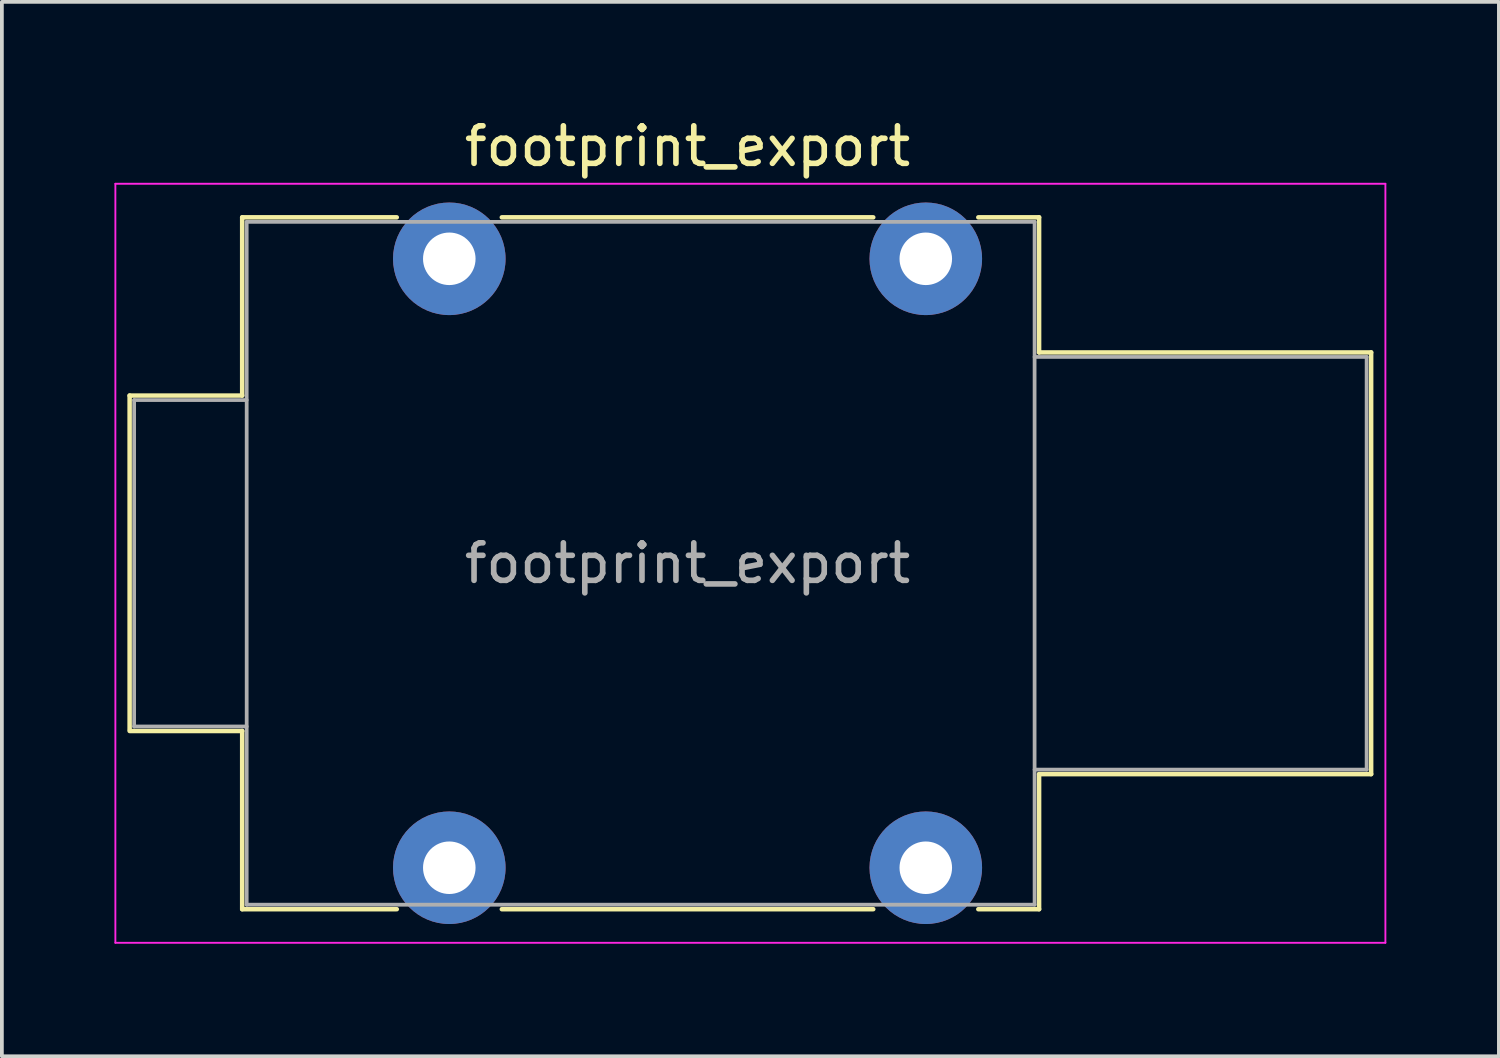
<source format=kicad_pcb>
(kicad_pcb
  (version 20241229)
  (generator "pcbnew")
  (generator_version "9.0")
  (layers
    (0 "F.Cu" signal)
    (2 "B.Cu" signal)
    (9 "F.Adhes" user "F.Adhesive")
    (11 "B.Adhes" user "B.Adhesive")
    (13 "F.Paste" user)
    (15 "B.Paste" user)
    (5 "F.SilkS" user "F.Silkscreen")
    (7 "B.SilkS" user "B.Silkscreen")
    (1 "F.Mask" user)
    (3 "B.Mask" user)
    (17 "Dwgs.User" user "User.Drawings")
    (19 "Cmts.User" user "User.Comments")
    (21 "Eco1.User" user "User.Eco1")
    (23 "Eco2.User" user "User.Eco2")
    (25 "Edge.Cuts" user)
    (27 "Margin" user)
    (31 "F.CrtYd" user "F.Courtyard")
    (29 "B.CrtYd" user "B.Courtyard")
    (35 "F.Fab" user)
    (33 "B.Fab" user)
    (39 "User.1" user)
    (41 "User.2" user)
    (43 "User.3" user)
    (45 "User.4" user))
  (footprint "footprint_export"
    (layer "F.Cu")
    (at 8.925 3.848)
    (property "Reference" "footprint_export" (at 6.35 -3 0) (layer "F.SilkS") (effects (font (size 1 1) (thickness 0.15))))
    (attr through_hole)
    (fp_line (start -8.52 3.645) (end -5.52 3.645) (stroke (width 0.12) (type solid)) (layer "F.SilkS"))
    (fp_line (start -8.52 12.545) (end -8.52 3.645) (stroke (width 0.12) (type solid)) (layer "F.SilkS"))
    (fp_line (start -8.52 12.585) (end -5.52 12.585) (stroke (width 0.12) (type solid)) (layer "F.SilkS"))
    (fp_line (start -5.52 -1.105) (end -1.4 -1.105) (stroke (width 0.12) (type solid)) (layer "F.SilkS"))
    (fp_line (start -5.52 3.645) (end -5.52 -1.105) (stroke (width 0.12) (type solid)) (layer "F.SilkS"))
    (fp_line (start -5.52 17.335) (end -5.52 12.585) (stroke (width 0.12) (type solid)) (layer "F.SilkS"))
    (fp_line (start -1.4 17.335) (end -5.52 17.335) (stroke (width 0.12) (type solid)) (layer "F.SilkS"))
    (fp_line (start 1.4 -1.105) (end 11.3 -1.105) (stroke (width 0.12) (type solid)) (layer "F.SilkS"))
    (fp_line (start 11.3 17.335) (end 1.4 17.335) (stroke (width 0.12) (type solid)) (layer "F.SilkS"))
    (fp_line (start 15.72 -1.105) (end 14.1 -1.105) (stroke (width 0.12) (type solid)) (layer "F.SilkS"))
    (fp_line (start 15.72 2.495) (end 15.72 -1.105) (stroke (width 0.12) (type solid)) (layer "F.SilkS"))
    (fp_line (start 15.72 2.495) (end 24.57 2.495) (stroke (width 0.12) (type solid)) (layer "F.SilkS"))
    (fp_line (start 15.72 13.735) (end 24.57 13.735) (stroke (width 0.12) (type solid)) (layer "F.SilkS"))
    (fp_line (start 15.72 17.335) (end 14.1 17.335) (stroke (width 0.12) (type solid)) (layer "F.SilkS"))
    (fp_line (start 15.72 17.335) (end 15.72 13.735) (stroke (width 0.12) (type solid)) (layer "F.SilkS"))
    (fp_line (start 24.57 13.735) (end 24.57 2.495) (stroke (width 0.12) (type solid)) (layer "F.SilkS"))
    (fp_line (start -8.9 18.23) (end -8.9 -2) (stroke (width 0.05) (type solid)) (layer "F.CrtYd"))
    (fp_line (start -8.9 18.23) (end 24.95 18.23) (stroke (width 0.05) (type solid)) (layer "F.CrtYd"))
    (fp_line (start 24.95 -2) (end -8.9 -2) (stroke (width 0.05) (type solid)) (layer "F.CrtYd"))
    (fp_line (start 24.95 18.23) (end 24.95 -2) (stroke (width 0.05) (type solid)) (layer "F.CrtYd"))
    (fp_line (start -8.4 3.765) (end -5.4 3.765) (stroke (width 0.1) (type solid)) (layer "F.Fab"))
    (fp_line (start -8.4 12.465) (end -8.4 3.765) (stroke (width 0.1) (type solid)) (layer "F.Fab"))
    (fp_line (start -8.4 12.465) (end -5.4 12.465) (stroke (width 0.1) (type solid)) (layer "F.Fab"))
    (fp_line (start -5.4 17.215) (end -5.4 -0.985) (stroke (width 0.1) (type solid)) (layer "F.Fab"))
    (fp_line (start 15.6 -0.985) (end -5.4 -0.985) (stroke (width 0.1) (type solid)) (layer "F.Fab"))
    (fp_line (start 15.6 17.215) (end -5.4 17.215) (stroke (width 0.1) (type solid)) (layer "F.Fab"))
    (fp_line (start 15.6 17.215) (end 15.6 -0.985) (stroke (width 0.1) (type solid)) (layer "F.Fab"))
    (fp_line (start 24.45 2.615) (end 15.6 2.615) (stroke (width 0.1) (type solid)) (layer "F.Fab"))
    (fp_line (start 24.45 13.615) (end 15.6 13.615) (stroke (width 0.1) (type solid)) (layer "F.Fab"))
    (fp_line (start 24.45 13.615) (end 24.45 2.615) (stroke (width 0.1) (type solid)) (layer "F.Fab"))
    (fp_text user "${REFERENCE}" (at 6.35 8.115 0) (layer "F.Fab") (effects (font (size 1 1) (thickness 0.15))))
    (pad "S" thru_hole circle (at 12.7 0) (size 3 3) (drill 1.4) (layers "*.Cu" "*.Mask"))
    (pad "SN" thru_hole circle (at 12.7 16.23) (size 3 3) (drill 1.4) (layers "*.Cu" "*.Mask"))
    (pad "T" thru_hole circle (at 0 0) (size 3 3) (drill 1.4) (layers "*.Cu" "*.Mask"))
    (pad "TN" thru_hole circle (at 0 16.23) (size 3 3) (drill 1.4) (layers "*.Cu" "*.Mask")))
  (gr_rect
    (start -3 -3)
    (end 36.9 25.103)
    (stroke (width 0.1) (type default))
    (fill no)
    (layer "Edge.Cuts")))
</source>
